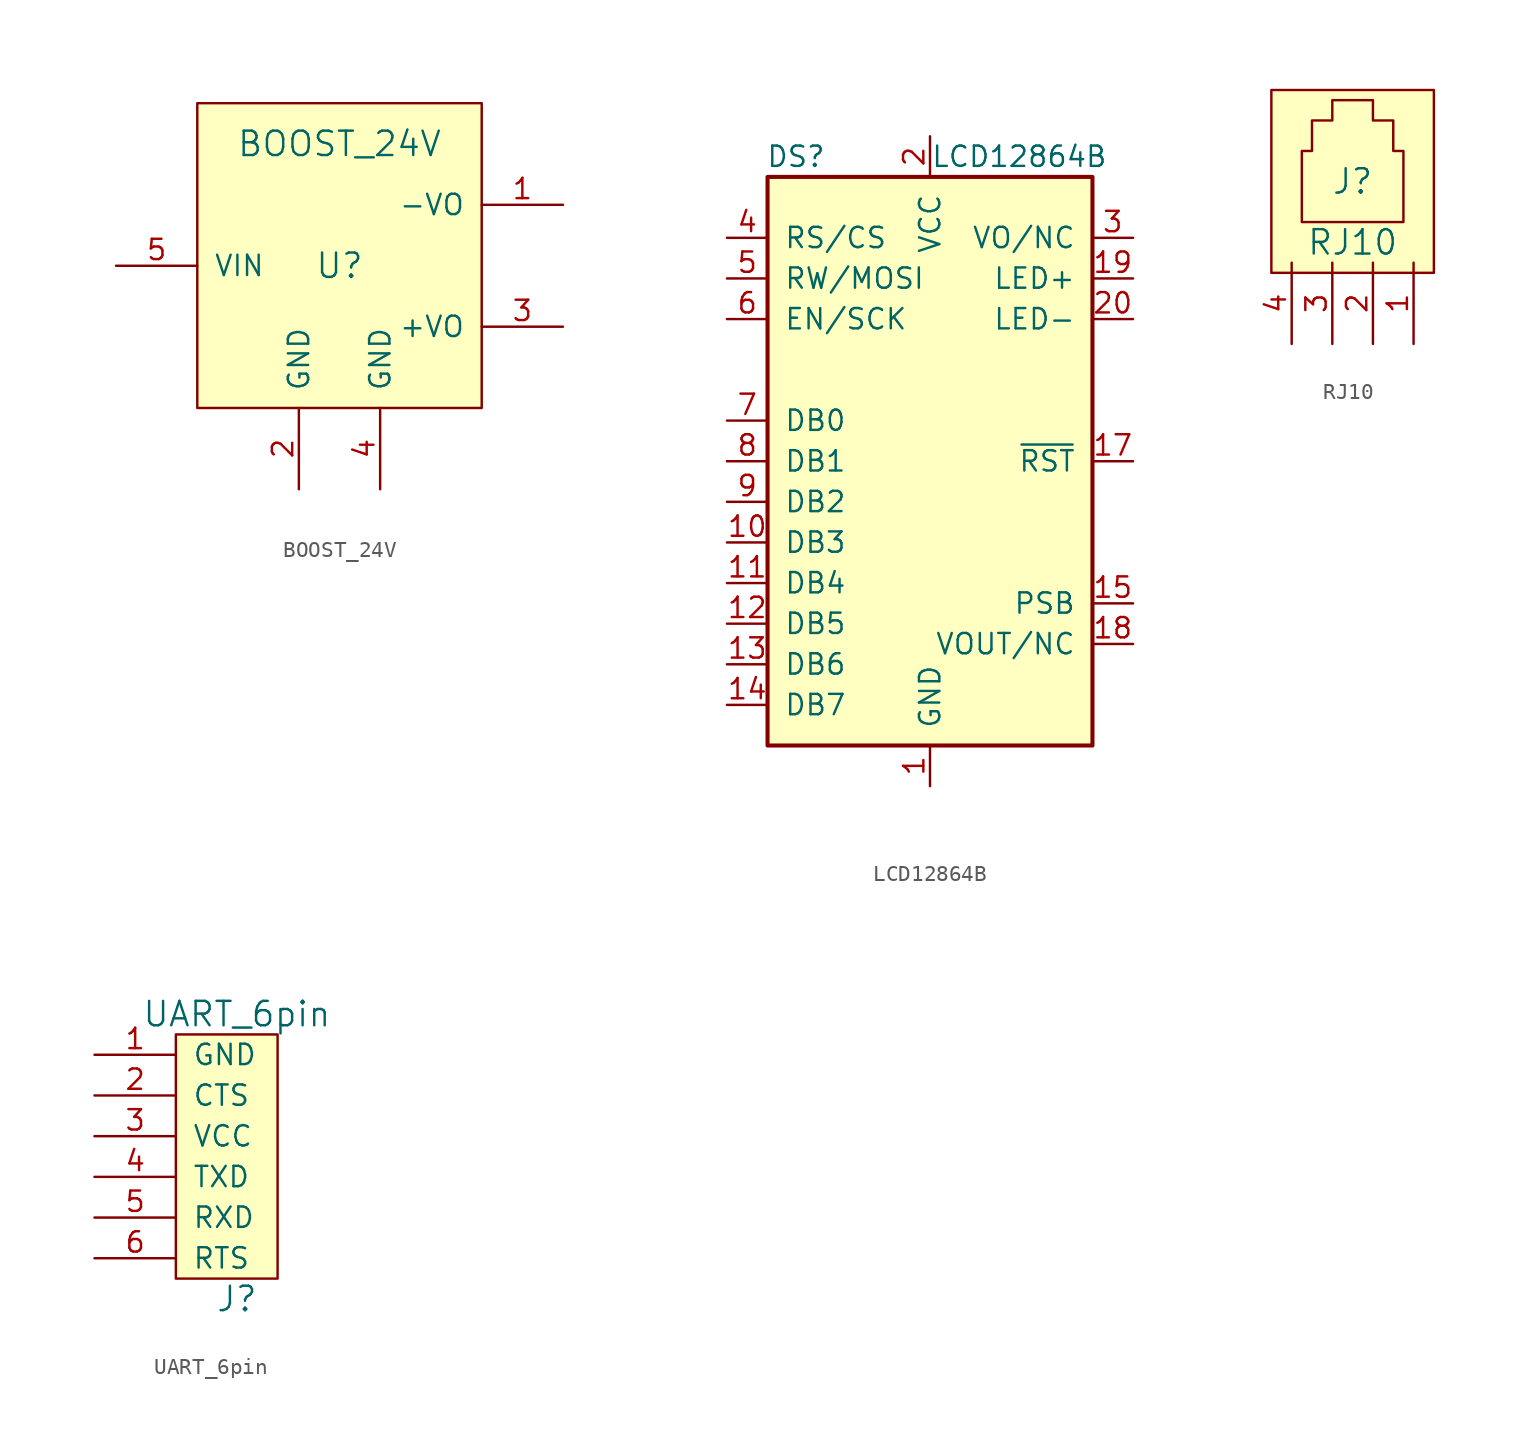
<source format=kicad_sym>
(kicad_symbol_lib
  (version 20211014)
  (generator kicad_symbol_editor)
  (symbol "BOOST_24V"
    (pin_names
      (offset 1.016))
    (property "Reference" "U"
      (at 0 0 0)
      (effects (font (size 1.524 1.524))))
    (property "Value" "BOOST_24V"
      (at 0 7.62 0)
      (effects (font (size 1.524 1.524))))
    (symbol "BOOST_24V_0_1"
      (rectangle (start 8.89 -8.89) (end -8.89 10.16) (stroke (width 0) (type default) (color 0 0 0 0)) (fill (type background))))
    (symbol "BOOST_24V_1_1"
      (pin power_out line (at 13.97 3.81 180) (length 5.08) (name "-VO" (effects (font (size 1.27 1.27)))) (number "1" (effects (font (size 1.27 1.27)))))
      (pin input line (at -2.54 -13.97 90) (length 5.08) (name "GND" (effects (font (size 1.27 1.27)))) (number "2" (effects (font (size 1.27 1.27)))))
      (pin power_out line (at 13.97 -3.81 180) (length 5.08) (name "+VO" (effects (font (size 1.27 1.27)))) (number "3" (effects (font (size 1.27 1.27)))))
      (pin input line (at 2.54 -13.97 90) (length 5.08) (name "GND" (effects (font (size 1.27 1.27)))) (number "4" (effects (font (size 1.27 1.27)))))
      (pin power_in line (at -13.97 0 0) (length 5.08) (name "VIN" (effects (font (size 1.27 1.27)))) (number "5" (effects (font (size 1.27 1.27)))))))
  (symbol "LCD12864B"
    (pin_names
      (offset 1.016))
    (property "Reference" "DS"
      (at -8.382 19.05 0)
      (effects (font (size 1.27 1.27))))
    (property "Value" "LCD12864B"
      (at 5.588 19.05 0)
      (effects (font (size 1.27 1.27))))
    (symbol "LCD12864B_0_1"
      (rectangle (start -10.16 17.78) (end 10.16 -17.78) (stroke (width 0.254) (type default) (color 0 0 0 0)) (fill (type background))))
    (symbol "LCD12864B_1_1"
      (pin power_in line (at 0 -20.32 90) (length 2.54) (name "GND" (effects (font (size 1.27 1.27)))) (number "1" (effects (font (size 1.27 1.27)))))
      (pin input line (at -12.7 -5.08 0) (length 2.54) (name "DB3" (effects (font (size 1.27 1.27)))) (number "10" (effects (font (size 1.27 1.27)))))
      (pin input line (at -12.7 -7.62 0) (length 2.54) (name "DB4" (effects (font (size 1.27 1.27)))) (number "11" (effects (font (size 1.27 1.27)))))
      (pin input line (at -12.7 -10.16 0) (length 2.54) (name "DB5" (effects (font (size 1.27 1.27)))) (number "12" (effects (font (size 1.27 1.27)))))
      (pin input line (at -12.7 -12.7 0) (length 2.54) (name "DB6" (effects (font (size 1.27 1.27)))) (number "13" (effects (font (size 1.27 1.27)))))
      (pin input line (at -12.7 -15.24 0) (length 2.54) (name "DB7" (effects (font (size 1.27 1.27)))) (number "14" (effects (font (size 1.27 1.27)))))
      (pin input line (at 12.7 -8.89 180) (length 2.54) (name "PSB" (effects (font (size 1.27 1.27)))) (number "15" (effects (font (size 1.27 1.27)))))
      (pin no_connect line (at 12.7 -13.97 180) (length 2.54) hide (name "NC" (effects (font (size 1.27 1.27)))) (number "16" (effects (font (size 1.27 1.27)))))
      (pin input line (at 12.7 0 180) (length 2.54) (name "~{RST}" (effects (font (size 1.27 1.27)))) (number "17" (effects (font (size 1.27 1.27)))))
      (pin input line (at 12.7 -11.43 180) (length 2.54) (name "VOUT/NC" (effects (font (size 1.27 1.27)))) (number "18" (effects (font (size 1.27 1.27)))))
      (pin passive line (at 12.7 11.43 180) (length 2.54) (name "LED+" (effects (font (size 1.27 1.27)))) (number "19" (effects (font (size 1.27 1.27)))))
      (pin power_in line (at 0 20.32 270) (length 2.54) (name "VCC" (effects (font (size 1.27 1.27)))) (number "2" (effects (font (size 1.27 1.27)))))
      (pin passive line (at 12.7 8.89 180) (length 2.54) (name "LED-" (effects (font (size 1.27 1.27)))) (number "20" (effects (font (size 1.27 1.27)))))
      (pin passive line (at 12.7 13.97 180) (length 2.54) (name "VO/NC" (effects (font (size 1.27 1.27)))) (number "3" (effects (font (size 1.27 1.27)))))
      (pin input line (at -12.7 13.97 0) (length 2.54) (name "RS/CS" (effects (font (size 1.27 1.27)))) (number "4" (effects (font (size 1.27 1.27)))))
      (pin input line (at -12.7 11.43 0) (length 2.54) (name "RW/MOSI" (effects (font (size 1.27 1.27)))) (number "5" (effects (font (size 1.27 1.27)))))
      (pin input line (at -12.7 8.89 0) (length 2.54) (name "EN/SCK" (effects (font (size 1.27 1.27)))) (number "6" (effects (font (size 1.27 1.27)))))
      (pin input line (at -12.7 2.54 0) (length 2.54) (name "DB0" (effects (font (size 1.27 1.27)))) (number "7" (effects (font (size 1.27 1.27)))))
      (pin input line (at -12.7 0 0) (length 2.54) (name "DB1" (effects (font (size 1.27 1.27)))) (number "8" (effects (font (size 1.27 1.27)))))
      (pin input line (at -12.7 -2.54 0) (length 2.54) (name "DB2" (effects (font (size 1.27 1.27)))) (number "9" (effects (font (size 1.27 1.27)))))))
  (symbol "RJ10"
    (pin_names
      (offset 1.016))
    (property "Reference" "J"
      (at 0 1.27 0)
      (effects (font (size 1.524 1.524))))
    (property "Value" "RJ10"
      (at 0 -2.54 0)
      (effects (font (size 1.524 1.524))))
    (symbol "RJ10_1_1"
      (rectangle (start -5.08 6.985) (end 5.08 -4.445) (stroke (width 0) (type default) (color 0 0 0 0)) (fill (type background)))
      (polyline (pts (xy -3.175 -1.27) (xy 3.175 -1.27) (xy 3.175 3.175) (xy 2.54 3.175) (xy 2.54 5.08) (xy 1.27 5.08) (xy 1.27 6.35) (xy -1.27 6.35) (xy -1.27 5.08) (xy -2.54 5.08) (xy -2.54 3.175) (xy -3.175 3.175) (xy -3.175 -1.27)) (stroke (width 0) (type default) (color 0 0 0 0)) (fill (type none)))
      (pin input line (at 3.81 -8.89 90) (length 5.08) (name "~" (effects (font (size 1.27 1.27)))) (number "1" (effects (font (size 1.27 1.27)))))
      (pin input line (at 1.27 -8.89 90) (length 5.08) (name "~" (effects (font (size 1.27 1.27)))) (number "2" (effects (font (size 1.27 1.27)))))
      (pin input line (at -1.27 -8.89 90) (length 5.08) (name "~" (effects (font (size 1.27 1.27)))) (number "3" (effects (font (size 1.27 1.27)))))
      (pin input line (at -3.81 -8.89 90) (length 5.08) (name "~" (effects (font (size 1.27 1.27)))) (number "4" (effects (font (size 1.27 1.27)))))))
  (symbol "UART_6pin"
    (pin_names
      (offset 1.016))
    (property "Reference" "J"
      (at 1.27 -8.89 0)
      (effects (font (size 1.524 1.524))))
    (property "Value" "UART_6pin"
      (at 1.27 8.89 0)
      (effects (font (size 1.524 1.524))))
    (symbol "UART_6pin_0_1"
      (rectangle (start -2.54 7.62) (end 3.81 -7.62) (stroke (width 0) (type default) (color 0 0 0 0)) (fill (type background))))
    (symbol "UART_6pin_1_1"
      (pin input line (at -7.62 6.35 0) (length 5.08) (name "GND" (effects (font (size 1.27 1.27)))) (number "1" (effects (font (size 1.27 1.27)))))
      (pin input line (at -7.62 3.81 0) (length 5.08) (name "CTS" (effects (font (size 1.27 1.27)))) (number "2" (effects (font (size 1.27 1.27)))))
      (pin input line (at -7.62 1.27 0) (length 5.08) (name "VCC" (effects (font (size 1.27 1.27)))) (number "3" (effects (font (size 1.27 1.27)))))
      (pin input line (at -7.62 -1.27 0) (length 5.08) (name "TXD" (effects (font (size 1.27 1.27)))) (number "4" (effects (font (size 1.27 1.27)))))
      (pin input line (at -7.62 -3.81 0) (length 5.08) (name "RXD" (effects (font (size 1.27 1.27)))) (number "5" (effects (font (size 1.27 1.27)))))
      (pin input line (at -7.62 -6.35 0) (length 5.08) (name "RTS" (effects (font (size 1.27 1.27)))) (number "6" (effects (font (size 1.27 1.27))))))))
</source>
